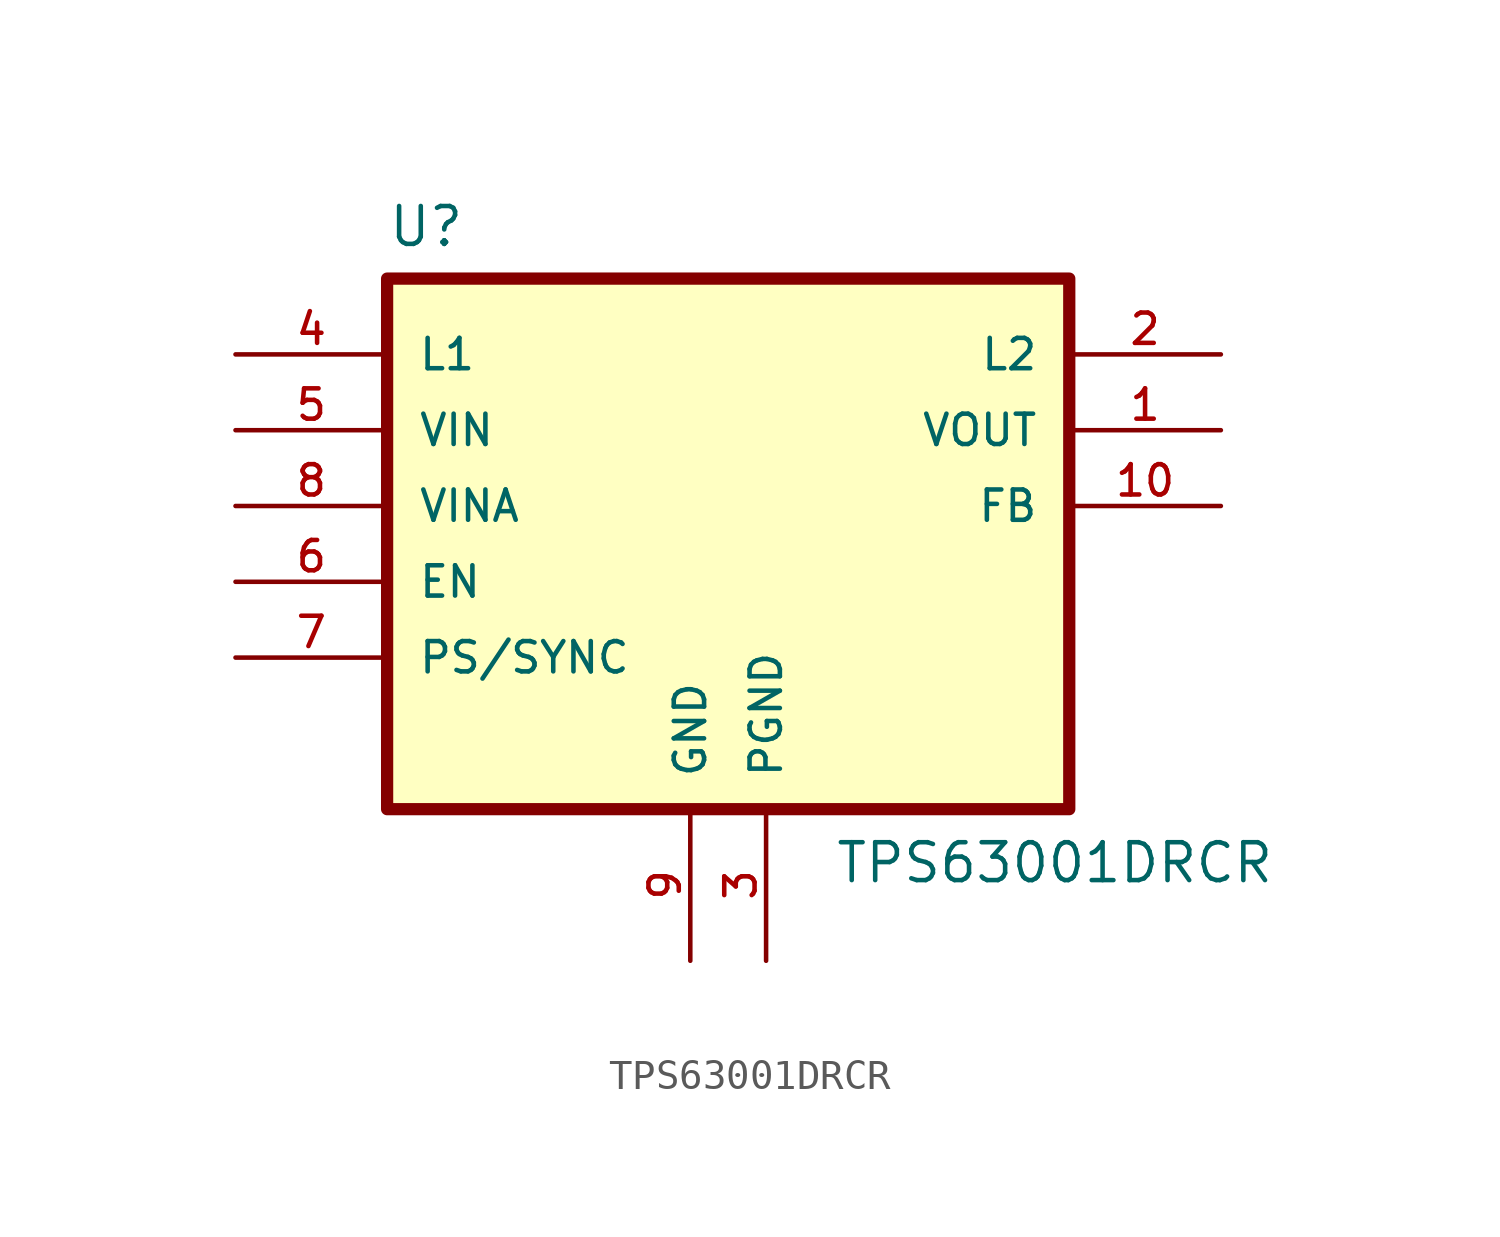
<source format=kicad_sym>
(kicad_symbol_lib
  (version 20231120)
  (generator "kicad_symbol_editor")
  (generator_version "8.0")
  (symbol "TPS63001DRCR"
    (pin_names
      (offset 1.016))
    (property "Reference" "U"
      (at -11.43 9.89 0)
      (effects (font (size 1.27 1.27)) (justify left bottom)))
    (property "Value" "TPS63001DRCR"
      (at 3.556 -11.43 0)
      (effects (font (size 1.27 1.27)) (justify left bottom)))
    (symbol "TPS63001DRCR_0_0"
      (rectangle (start -11.43 8.89) (end 11.43 -8.89) (stroke (width 0.41) (type default)) (fill (type background)))
      (pin output line (at 16.51 3.81 180) (length 5.08) (name "VOUT" (effects (font (size 1.016 1.016)))) (number "1" (effects (font (size 1.016 1.016)))))
      (pin input line (at 16.51 1.27 180) (length 5.08) (name "FB" (effects (font (size 1.016 1.016)))) (number "10" (effects (font (size 1.016 1.016)))))
      (pin bidirectional line (at 16.51 6.35 180) (length 5.08) (name "L2" (effects (font (size 1.016 1.016)))) (number "2" (effects (font (size 1.016 1.016)))))
      (pin power_in line (at 1.27 -13.97 90) (length 5.08) (name "PGND" (effects (font (size 1.016 1.016)))) (number "3" (effects (font (size 1.016 1.016)))))
      (pin bidirectional line (at -16.51 6.35 0) (length 5.08) (name "L1" (effects (font (size 1.016 1.016)))) (number "4" (effects (font (size 1.016 1.016)))))
      (pin input line (at -16.51 3.81 0) (length 5.08) (name "VIN" (effects (font (size 1.016 1.016)))) (number "5" (effects (font (size 1.016 1.016)))))
      (pin input line (at -16.51 -1.27 0) (length 5.08) (name "EN" (effects (font (size 1.016 1.016)))) (number "6" (effects (font (size 1.016 1.016)))))
      (pin input line (at -16.51 -3.81 0) (length 5.08) (name "PS/SYNC" (effects (font (size 1.016 1.016)))) (number "7" (effects (font (size 1.016 1.016)))))
      (pin input line (at -16.51 1.27 0) (length 5.08) (name "VINA" (effects (font (size 1.016 1.016)))) (number "8" (effects (font (size 1.016 1.016)))))
      (pin power_in line (at -1.27 -13.97 90) (length 5.08) (name "GND" (effects (font (size 1.016 1.016)))) (number "9" (effects (font (size 1.016 1.016))))))
    (symbol "TPS63001DRCR_1_0"
      (pin bidirectional line (at -1.27 -13.97 90) (length 5.08) hide (name "POWER_PAD" (effects (font (size 1.016 1.016)))) (number "11" (effects (font (size 1.016 1.016))))))))
</source>
